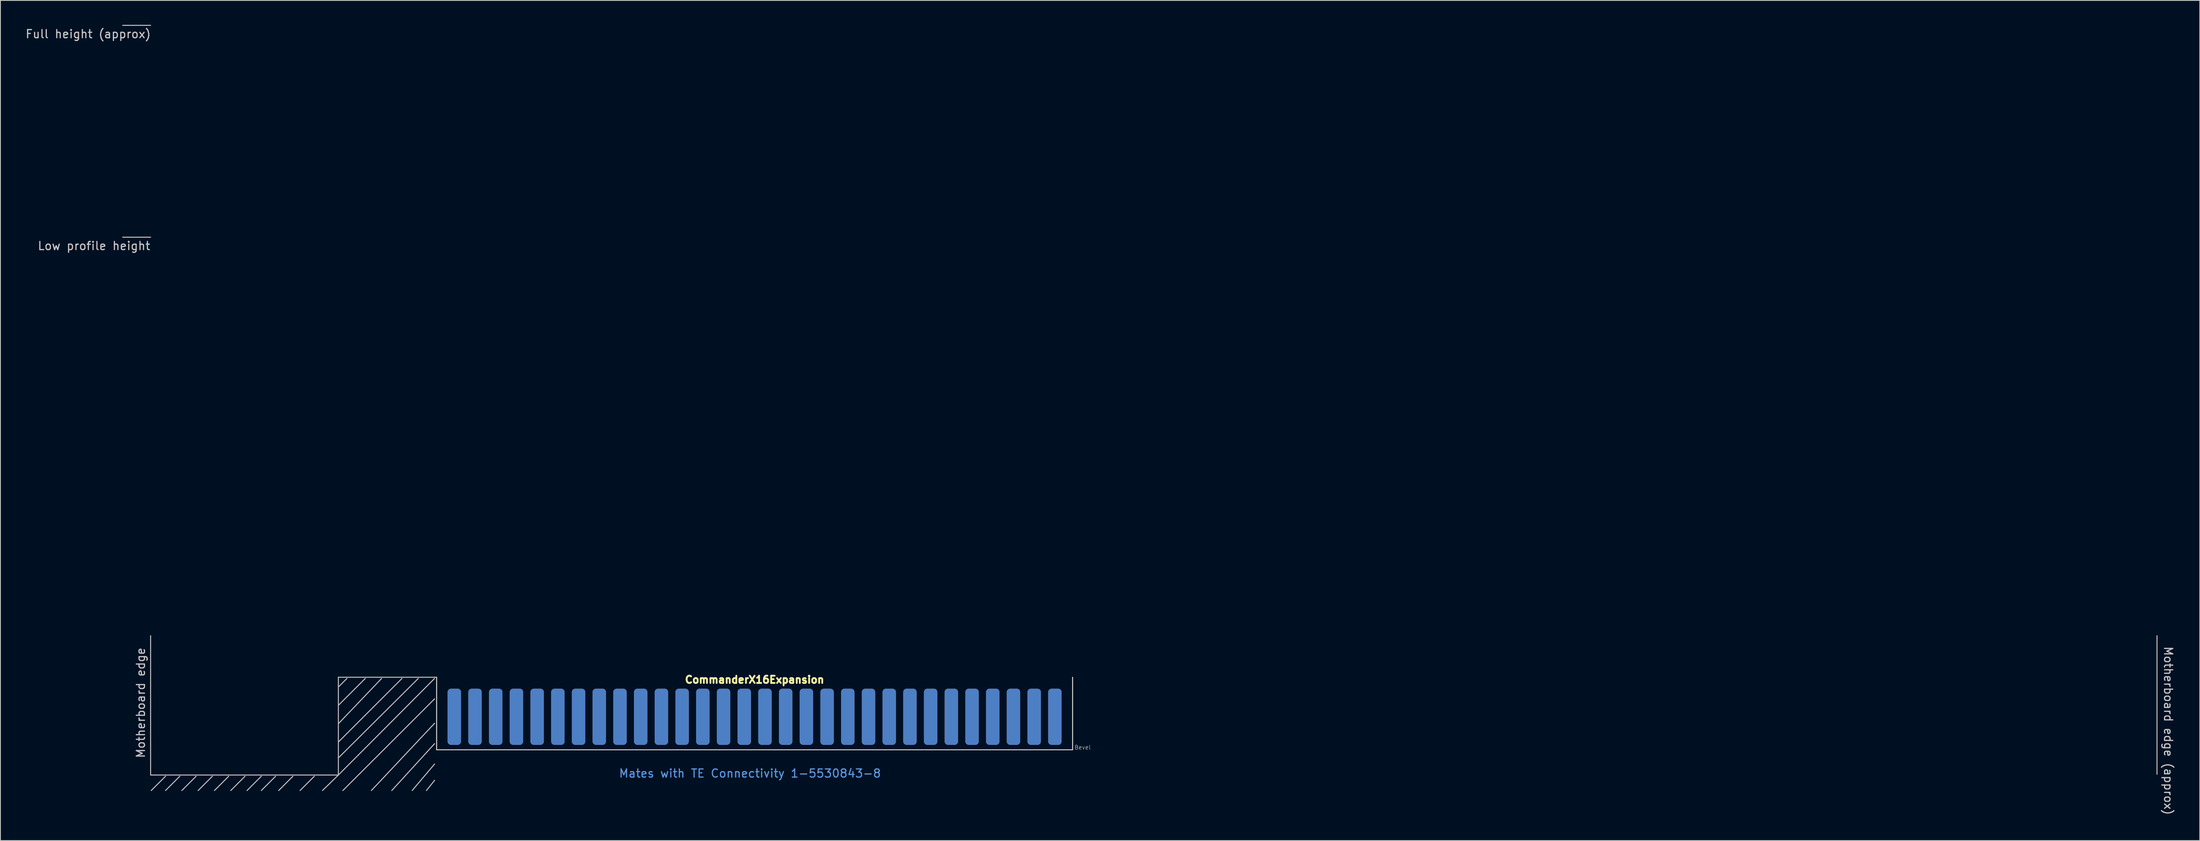
<source format=kicad_pcb>
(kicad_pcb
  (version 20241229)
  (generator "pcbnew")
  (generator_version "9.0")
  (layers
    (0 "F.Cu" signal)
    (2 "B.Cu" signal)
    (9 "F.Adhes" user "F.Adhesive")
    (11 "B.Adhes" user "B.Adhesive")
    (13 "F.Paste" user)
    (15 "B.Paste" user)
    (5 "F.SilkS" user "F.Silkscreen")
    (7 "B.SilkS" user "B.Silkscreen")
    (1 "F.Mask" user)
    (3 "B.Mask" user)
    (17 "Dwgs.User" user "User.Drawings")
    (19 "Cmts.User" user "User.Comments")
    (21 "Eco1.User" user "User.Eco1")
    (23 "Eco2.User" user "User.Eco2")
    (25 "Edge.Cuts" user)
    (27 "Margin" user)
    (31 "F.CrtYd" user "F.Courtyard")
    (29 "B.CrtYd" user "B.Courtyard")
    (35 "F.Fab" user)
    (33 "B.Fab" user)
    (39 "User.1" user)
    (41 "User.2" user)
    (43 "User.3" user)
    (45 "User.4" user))
  (footprint "CommanderX16Expansion"
    (layer "F.Cu")
    (at 89.5 84.96)
    (property "Reference" "CommanderX16Expansion" (at 0 -4.6 0) (layer "F.SilkS") (effects (font (size 0.889 0.889) (thickness 0.305))))
    (attr exclude_from_bom allow_missing_courtyard)
    (fp_line (start -74.08 -84.9) (end -77.5 -84.9) (stroke (width 0.12) (type default)) (layer "Dwgs.User"))
    (fp_line (start -74.08 -58.9) (end -77.5 -58.9) (stroke (width 0.12) (type default)) (layer "Dwgs.User"))
    (fp_line (start -74.08 7.1) (end -74.08 -10) (stroke (width 0.12) (type default)) (layer "Dwgs.User"))
    (fp_line (start -74.08 7.1) (end -51.05 7.1) (stroke (width 0.12) (type default)) (layer "Dwgs.User"))
    (fp_line (start -72.25 7.25) (end -74 9) (stroke (width 0.12) (type default)) (layer "Dwgs.User"))
    (fp_line (start -70.5 7.25) (end -72.25 9) (stroke (width 0.12) (type default)) (layer "Dwgs.User"))
    (fp_line (start -68.5 7.25) (end -70.25 9) (stroke (width 0.12) (type default)) (layer "Dwgs.User"))
    (fp_line (start -66.5 7.25) (end -68.25 9) (stroke (width 0.12) (type default)) (layer "Dwgs.User"))
    (fp_line (start -64.5 7.25) (end -66.25 9) (stroke (width 0.12) (type default)) (layer "Dwgs.User"))
    (fp_line (start -62.5 7.25) (end -64.25 9) (stroke (width 0.12) (type default)) (layer "Dwgs.User"))
    (fp_line (start -60.5 7.25) (end -62.25 9) (stroke (width 0.12) (type default)) (layer "Dwgs.User"))
    (fp_line (start -58.75 7.25) (end -60.5 9) (stroke (width 0.12) (type default)) (layer "Dwgs.User"))
    (fp_line (start -56.625 7.25) (end -58.375 9) (stroke (width 0.12) (type default)) (layer "Dwgs.User"))
    (fp_line (start -54 7.25) (end -55.75 9) (stroke (width 0.12) (type default)) (layer "Dwgs.User"))
    (fp_line (start -51.05 -4.9) (end -39 -4.9) (stroke (width 0.12) (type default)) (layer "Dwgs.User"))
    (fp_line (start -51.05 5) (end -41.25 -4.75) (stroke (width 0.12) (type default)) (layer "Dwgs.User"))
    (fp_line (start -51.05 7.1) (end -53 9) (stroke (width 0.12) (type default)) (layer "Dwgs.User"))
    (fp_line (start -51.05 7.1) (end -51.05 -4.9) (stroke (width 0.12) (type default)) (layer "Dwgs.User"))
    (fp_line (start -51 -3.75) (end -50 -4.75) (stroke (width 0.12) (type default)) (layer "Dwgs.User"))
    (fp_line (start -51 -1.5) (end -47.75 -4.75) (stroke (width 0.12) (type default)) (layer "Dwgs.User"))
    (fp_line (start -51 0.75) (end -45.75 -4.75) (stroke (width 0.12) (type default)) (layer "Dwgs.User"))
    (fp_line (start -51 3) (end -43.25 -4.75) (stroke (width 0.12) (type default)) (layer "Dwgs.User"))
    (fp_line (start -50.5 9) (end -39.25 -2.25) (stroke (width 0.12) (type default)) (layer "Dwgs.User"))
    (fp_line (start -47 9) (end -39.25 0.75) (stroke (width 0.12) (type default)) (layer "Dwgs.User"))
    (fp_line (start -44.5 9) (end -39.25 3.25) (stroke (width 0.12) (type default)) (layer "Dwgs.User"))
    (fp_line (start -39.25 -4.75) (end -51.05 7.1) (stroke (width 0.12) (type default)) (layer "Dwgs.User"))
    (fp_line (start -39.25 5.75) (end -42 9) (stroke (width 0.12) (type default)) (layer "Dwgs.User"))
    (fp_line (start -39.25 7.75) (end -40.25 9) (stroke (width 0.12) (type default)) (layer "Dwgs.User"))
    (fp_line (start 172 7) (end 172 -10) (stroke (width 0.12) (type default)) (layer "Dwgs.User"))
    (fp_line (start -39 -4.9) (end -39 4) (stroke (width 0.12) (type default)) (layer "Edge.Cuts"))
    (fp_line (start -39 4) (end 39 4) (stroke (width 0.12) (type default)) (layer "Edge.Cuts"))
    (fp_line (start 39 4) (end 39 -4.9) (stroke (width 0.12) (type default)) (layer "Edge.Cuts"))
    (fp_text user "Full height (approx)" (at -89.5 -83.25 0) (unlocked yes) (layer "Dwgs.User") (effects (font (size 1 1) (thickness 0.15)) (justify left bottom)))
    (fp_text user "Motherboard edge" (at -74.7 5.1 90) (unlocked yes) (layer "Dwgs.User") (effects (font (size 1 1) (thickness 0.15)) (justify left bottom)))
    (fp_text user "Bevel" (at 39.2 4 0) (unlocked yes) (layer "Dwgs.User") (effects (font (size 0.5 0.5) (thickness 0.05)) (justify left bottom)))
    (fp_text user "Motherboard edge (approx)" (at 172.797 -8.774 270) (unlocked yes) (layer "Dwgs.User") (effects (font (size 1 1) (thickness 0.15)) (justify left bottom)))
    (fp_text user "Low profile height" (at -88 -57.25 0) (unlocked yes) (layer "Dwgs.User") (effects (font (size 1 1) (thickness 0.15)) (justify left bottom)))
    (fp_text user "Mates with TE Connectivity 1-5530843-8" (at -16.71 7.48 0) (unlocked yes) (layer "Cmts.User") (effects (font (size 1 1) (thickness 0.15)) (justify left bottom)))
    (pad "1" connect roundrect (at -36.83 -0.05) (size 1.651 6.9) (layers "F.Cu" "F.Mask") (roundrect_rratio 0.25))
    (pad "2" connect roundrect (at -36.83 -0.05 180) (size 1.651 6.9) (layers "B.Cu" "B.Mask") (roundrect_rratio 0.25))
    (pad "3" connect roundrect (at -34.29 -0.05) (size 1.651 6.9) (layers "F.Cu" "F.Mask") (roundrect_rratio 0.25))
    (pad "4" connect roundrect (at -34.29 -0.05 180) (size 1.651 6.9) (layers "B.Cu" "B.Mask") (roundrect_rratio 0.25))
    (pad "5" connect roundrect (at -31.75 -0.05) (size 1.651 6.9) (layers "F.Cu" "F.Mask") (roundrect_rratio 0.25))
    (pad "6" connect roundrect (at -31.75 -0.05 180) (size 1.651 6.9) (layers "B.Cu" "B.Mask") (roundrect_rratio 0.25))
    (pad "7" connect roundrect (at -29.21 -0.05) (size 1.651 6.9) (layers "F.Cu" "F.Mask") (roundrect_rratio 0.25))
    (pad "8" connect roundrect (at -29.21 -0.05 180) (size 1.651 6.9) (layers "B.Cu" "B.Mask") (roundrect_rratio 0.25))
    (pad "9" connect roundrect (at -26.67 -0.05) (size 1.651 6.9) (layers "F.Cu" "F.Mask") (roundrect_rratio 0.25))
    (pad "10" connect roundrect (at -26.67 -0.05 180) (size 1.651 6.9) (layers "B.Cu" "B.Mask") (roundrect_rratio 0.25))
    (pad "11" connect roundrect (at -24.13 -0.05) (size 1.651 6.9) (layers "F.Cu" "F.Mask") (roundrect_rratio 0.25))
    (pad "12" connect roundrect (at -24.13 -0.05 180) (size 1.651 6.9) (layers "B.Cu" "B.Mask") (roundrect_rratio 0.25))
    (pad "13" connect roundrect (at -21.59 -0.05) (size 1.651 6.9) (layers "F.Cu" "F.Mask") (roundrect_rratio 0.25))
    (pad "14" connect roundrect (at -21.59 -0.05 180) (size 1.651 6.9) (layers "B.Cu" "B.Mask") (roundrect_rratio 0.25))
    (pad "15" connect roundrect (at -19.05 -0.05) (size 1.651 6.9) (layers "F.Cu" "F.Mask") (roundrect_rratio 0.25))
    (pad "16" connect roundrect (at -19.05 -0.05 180) (size 1.651 6.9) (layers "B.Cu" "B.Mask") (roundrect_rratio 0.25))
    (pad "17" connect roundrect (at -16.51 -0.05) (size 1.651 6.9) (layers "F.Cu" "F.Mask") (roundrect_rratio 0.25))
    (pad "18" connect roundrect (at -16.51 -0.05 180) (size 1.651 6.9) (layers "B.Cu" "B.Mask") (roundrect_rratio 0.25))
    (pad "19" connect roundrect (at -13.97 -0.05) (size 1.651 6.9) (layers "F.Cu" "F.Mask") (roundrect_rratio 0.25))
    (pad "20" connect roundrect (at -13.97 -0.05 180) (size 1.651 6.9) (layers "B.Cu" "B.Mask") (roundrect_rratio 0.25))
    (pad "21" connect roundrect (at -11.43 -0.05) (size 1.651 6.9) (layers "F.Cu" "F.Mask") (roundrect_rratio 0.25))
    (pad "22" connect roundrect (at -11.43 -0.05 180) (size 1.651 6.9) (layers "B.Cu" "B.Mask") (roundrect_rratio 0.25))
    (pad "23" connect roundrect (at -8.89 -0.05) (size 1.651 6.9) (layers "F.Cu" "F.Mask") (roundrect_rratio 0.25))
    (pad "24" connect roundrect (at -8.89 -0.05 180) (size 1.651 6.9) (layers "B.Cu" "B.Mask") (roundrect_rratio 0.25))
    (pad "25" connect roundrect (at -6.35 -0.05) (size 1.651 6.9) (layers "F.Cu" "F.Mask") (roundrect_rratio 0.25))
    (pad "26" connect roundrect (at -6.35 -0.05 180) (size 1.651 6.9) (layers "B.Cu" "B.Mask") (roundrect_rratio 0.25))
    (pad "27" connect roundrect (at -3.81 -0.05) (size 1.651 6.9) (layers "F.Cu" "F.Mask") (roundrect_rratio 0.25))
    (pad "28" connect roundrect (at -3.81 -0.05 180) (size 1.651 6.9) (layers "B.Cu" "B.Mask") (roundrect_rratio 0.25))
    (pad "29" connect roundrect (at -1.27 -0.05) (size 1.651 6.9) (layers "F.Cu" "F.Mask") (roundrect_rratio 0.25))
    (pad "30" connect roundrect (at -1.27 -0.05 180) (size 1.651 6.9) (layers "B.Cu" "B.Mask") (roundrect_rratio 0.25))
    (pad "31" connect roundrect (at 1.27 -0.05) (size 1.651 6.9) (layers "F.Cu" "F.Mask") (roundrect_rratio 0.25))
    (pad "32" connect roundrect (at 1.27 -0.05 180) (size 1.651 6.9) (layers "B.Cu" "B.Mask") (roundrect_rratio 0.25))
    (pad "33" connect roundrect (at 3.81 -0.05) (size 1.651 6.9) (layers "F.Cu" "F.Mask") (roundrect_rratio 0.25))
    (pad "34" connect roundrect (at 3.81 -0.05 180) (size 1.651 6.9) (layers "B.Cu" "B.Mask") (roundrect_rratio 0.25))
    (pad "35" connect roundrect (at 6.35 -0.05) (size 1.651 6.9) (layers "F.Cu" "F.Mask") (roundrect_rratio 0.25))
    (pad "36" connect roundrect (at 6.35 -0.05 180) (size 1.651 6.9) (layers "B.Cu" "B.Mask") (roundrect_rratio 0.25))
    (pad "37" connect roundrect (at 8.89 -0.05) (size 1.651 6.9) (layers "F.Cu" "F.Mask") (roundrect_rratio 0.25))
    (pad "38" connect roundrect (at 8.89 -0.05 180) (size 1.651 6.9) (layers "B.Cu" "B.Mask") (roundrect_rratio 0.25))
    (pad "39" connect roundrect (at 11.43 -0.05) (size 1.651 6.9) (layers "F.Cu" "F.Mask") (roundrect_rratio 0.25))
    (pad "40" connect roundrect (at 11.43 -0.05 180) (size 1.651 6.9) (layers "B.Cu" "B.Mask") (roundrect_rratio 0.25))
    (pad "41" connect roundrect (at 13.97 -0.05) (size 1.651 6.9) (layers "F.Cu" "F.Mask") (roundrect_rratio 0.25))
    (pad "42" connect roundrect (at 13.97 -0.05 180) (size 1.651 6.9) (layers "B.Cu" "B.Mask") (roundrect_rratio 0.25))
    (pad "43" connect roundrect (at 16.51 -0.05) (size 1.651 6.9) (layers "F.Cu" "F.Mask") (roundrect_rratio 0.25))
    (pad "44" connect roundrect (at 16.51 -0.05 180) (size 1.651 6.9) (layers "B.Cu" "B.Mask") (roundrect_rratio 0.25))
    (pad "45" connect roundrect (at 19.05 -0.05) (size 1.651 6.9) (layers "F.Cu" "F.Mask") (roundrect_rratio 0.25))
    (pad "46" connect roundrect (at 19.05 -0.05 180) (size 1.651 6.9) (layers "B.Cu" "B.Mask") (roundrect_rratio 0.25))
    (pad "47" connect roundrect (at 21.59 -0.05) (size 1.651 6.9) (layers "F.Cu" "F.Mask") (roundrect_rratio 0.25))
    (pad "48" connect roundrect (at 21.59 -0.05 180) (size 1.651 6.9) (layers "B.Cu" "B.Mask") (roundrect_rratio 0.25))
    (pad "49" connect roundrect (at 24.13 -0.05) (size 1.651 6.9) (layers "F.Cu" "F.Mask") (roundrect_rratio 0.25))
    (pad "50" connect roundrect (at 24.13 -0.05 180) (size 1.651 6.9) (layers "B.Cu" "B.Mask") (roundrect_rratio 0.25))
    (pad "51" connect roundrect (at 26.67 -0.05) (size 1.651 6.9) (layers "F.Cu" "F.Mask") (roundrect_rratio 0.25))
    (pad "52" connect roundrect (at 26.67 -0.05 180) (size 1.651 6.9) (layers "B.Cu" "B.Mask") (roundrect_rratio 0.25))
    (pad "53" connect roundrect (at 29.21 -0.05) (size 1.651 6.9) (layers "F.Cu" "F.Mask") (roundrect_rratio 0.25))
    (pad "54" connect roundrect (at 29.21 -0.05 180) (size 1.651 6.9) (layers "B.Cu" "B.Mask") (roundrect_rratio 0.25))
    (pad "55" connect roundrect (at 31.75 -0.05) (size 1.651 6.9) (layers "F.Cu" "F.Mask") (roundrect_rratio 0.25))
    (pad "56" connect roundrect (at 31.75 -0.05 180) (size 1.651 6.9) (layers "B.Cu" "B.Mask") (roundrect_rratio 0.25))
    (pad "57" connect roundrect (at 34.29 -0.05) (size 1.651 6.9) (layers "F.Cu" "F.Mask") (roundrect_rratio 0.25))
    (pad "58" connect roundrect (at 34.29 -0.05 180) (size 1.651 6.9) (layers "B.Cu" "B.Mask") (roundrect_rratio 0.25))
    (pad "59" connect roundrect (at 36.83 -0.05) (size 1.651 6.9) (layers "F.Cu" "F.Mask") (roundrect_rratio 0.25))
    (pad "60" connect roundrect (at 36.83 -0.05 180) (size 1.651 6.9) (layers "B.Cu" "B.Mask") (roundrect_rratio 0.25))
    (zone (net_name "") (layers "F.Cu" "B.Cu" "F.SilkS" "B.SilkS" "F.Adhes" "B.Adhes" "F.Paste" "B.Paste") (name "Bevel routing area") (hatch edge 0.5) (connect_pads) (min_thickness 0.25) (filled_areas_thickness no) (keepout (tracks not_allowed) (vias not_allowed) (pads not_allowed) (copperpour not_allowed) (footprints not_allowed)) (placement (enabled no)) (fill) (polygon (pts (xy 50.5 88.36) (xy 50.5 88.96) (xy 128.5 88.96) (xy 128.5 88.36)))))
  (gr_rect
    (start -3 -3)
    (end 266.747 100.103)
    (stroke (width 0.1) (type default))
    (fill no)
    (layer "Edge.Cuts")))
</source>
